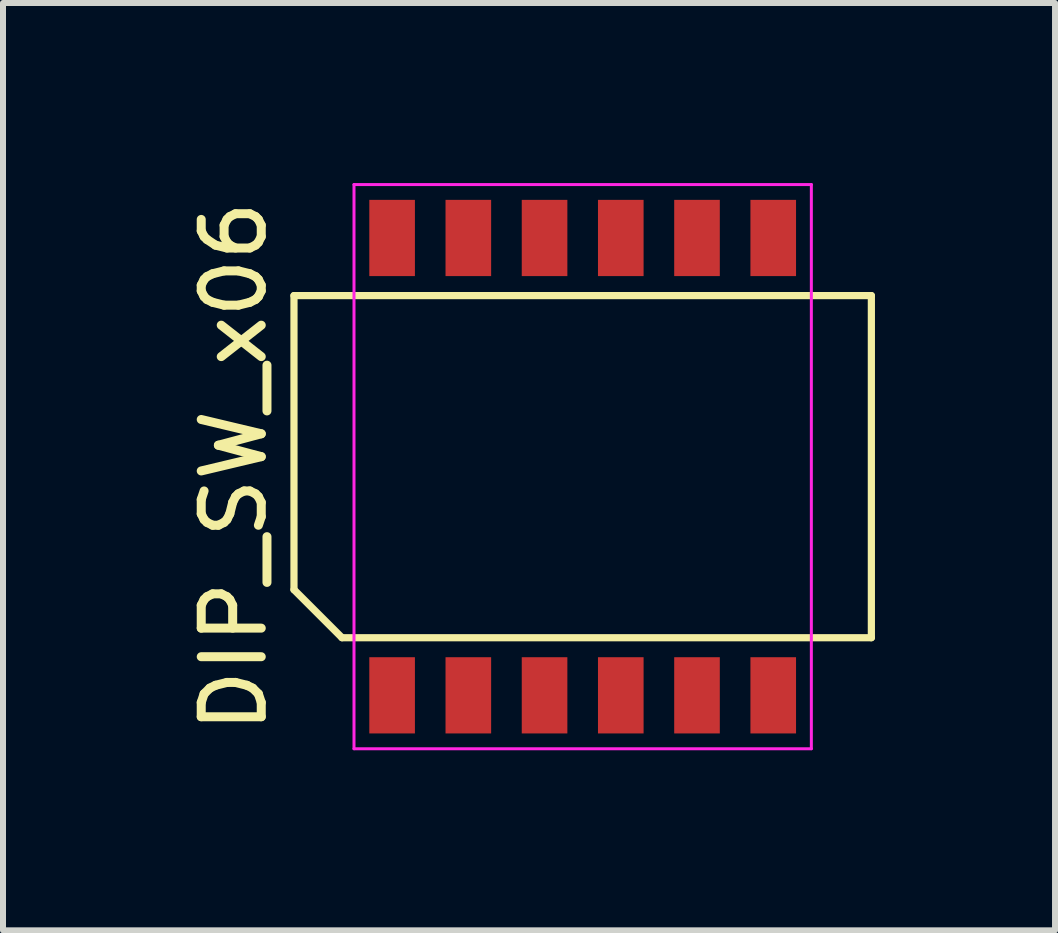
<source format=kicad_pcb>
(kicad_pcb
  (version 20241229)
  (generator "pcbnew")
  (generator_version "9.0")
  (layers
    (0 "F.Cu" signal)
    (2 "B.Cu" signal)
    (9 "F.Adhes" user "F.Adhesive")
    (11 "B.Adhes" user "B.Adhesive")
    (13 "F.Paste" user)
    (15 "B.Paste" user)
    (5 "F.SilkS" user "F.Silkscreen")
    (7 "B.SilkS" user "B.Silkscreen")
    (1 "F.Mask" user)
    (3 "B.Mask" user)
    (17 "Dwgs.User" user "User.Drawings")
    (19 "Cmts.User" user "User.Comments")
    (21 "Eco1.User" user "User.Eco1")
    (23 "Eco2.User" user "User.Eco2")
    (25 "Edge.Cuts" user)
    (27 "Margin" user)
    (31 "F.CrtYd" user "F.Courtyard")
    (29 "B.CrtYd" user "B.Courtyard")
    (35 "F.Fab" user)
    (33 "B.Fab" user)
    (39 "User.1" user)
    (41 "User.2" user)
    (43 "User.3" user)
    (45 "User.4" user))
  (footprint "DIP_SW_x06"
    (layer "F.Cu")
    (at 6.658 4.725)
    (property "Reference" "DIP_SW_x06" (at -5.81 0 90) (layer "F.SilkS") (effects (font (size 1 1) (thickness 0.15))))
    (attr smd)
    (fp_line (start -4.81 -2.85) (end 4.81 -2.85) (stroke (width 0.12) (type solid)) (layer "F.SilkS"))
    (fp_line (start -4.81 2.05) (end -4.81 -2.85) (stroke (width 0.12) (type solid)) (layer "F.SilkS"))
    (fp_line (start -4.01 2.85) (end -4.81 2.05) (stroke (width 0.12) (type solid)) (layer "F.SilkS"))
    (fp_line (start 4.81 -2.85) (end 4.81 2.85) (stroke (width 0.12) (type solid)) (layer "F.SilkS"))
    (fp_line (start 4.81 2.85) (end -4.01 2.85) (stroke (width 0.12) (type solid)) (layer "F.SilkS"))
    (fp_line (start -3.81 -4.7) (end 3.81 -4.7) (stroke (width 0.05) (type solid)) (layer "F.CrtYd"))
    (fp_line (start -3.81 4.7) (end -3.81 -4.7) (stroke (width 0.05) (type solid)) (layer "F.CrtYd"))
    (fp_line (start 3.81 -4.7) (end 3.81 4.7) (stroke (width 0.05) (type solid)) (layer "F.CrtYd"))
    (fp_line (start 3.81 4.7) (end -3.81 4.7) (stroke (width 0.05) (type solid)) (layer "F.CrtYd"))
    (pad "1" smd rect (at -3.175 3.81) (size 0.76 1.27) (layers "F.Cu" "F.Mask" "F.Paste"))
    (pad "2" smd rect (at -1.905 3.81) (size 0.76 1.27) (layers "F.Cu" "F.Mask" "F.Paste"))
    (pad "3" smd rect (at -0.635 3.81) (size 0.76 1.27) (layers "F.Cu" "F.Mask" "F.Paste"))
    (pad "4" smd rect (at 0.635 3.81) (size 0.76 1.27) (layers "F.Cu" "F.Mask" "F.Paste"))
    (pad "5" smd rect (at 1.905 3.81) (size 0.76 1.27) (layers "F.Cu" "F.Mask" "F.Paste"))
    (pad "6" smd rect (at 3.175 3.81) (size 0.76 1.27) (layers "F.Cu" "F.Mask" "F.Paste"))
    (pad "7" smd rect (at 3.175 -3.81) (size 0.76 1.27) (layers "F.Cu" "F.Mask" "F.Paste"))
    (pad "8" smd rect (at 1.905 -3.81) (size 0.76 1.27) (layers "F.Cu" "F.Mask" "F.Paste"))
    (pad "9" smd rect (at 0.635 -3.81) (size 0.76 1.27) (layers "F.Cu" "F.Mask" "F.Paste"))
    (pad "10" smd rect (at -0.635 -3.81) (size 0.76 1.27) (layers "F.Cu" "F.Mask" "F.Paste"))
    (pad "11" smd rect (at -1.905 -3.81) (size 0.76 1.27) (layers "F.Cu" "F.Mask" "F.Paste"))
    (pad "12" smd rect (at -3.175 -3.81) (size 0.76 1.27) (layers "F.Cu" "F.Mask" "F.Paste")))
  (gr_rect
    (start -3 -3)
    (end 14.528 12.45)
    (stroke (width 0.1) (type default))
    (fill no)
    (layer "Edge.Cuts")))
</source>
